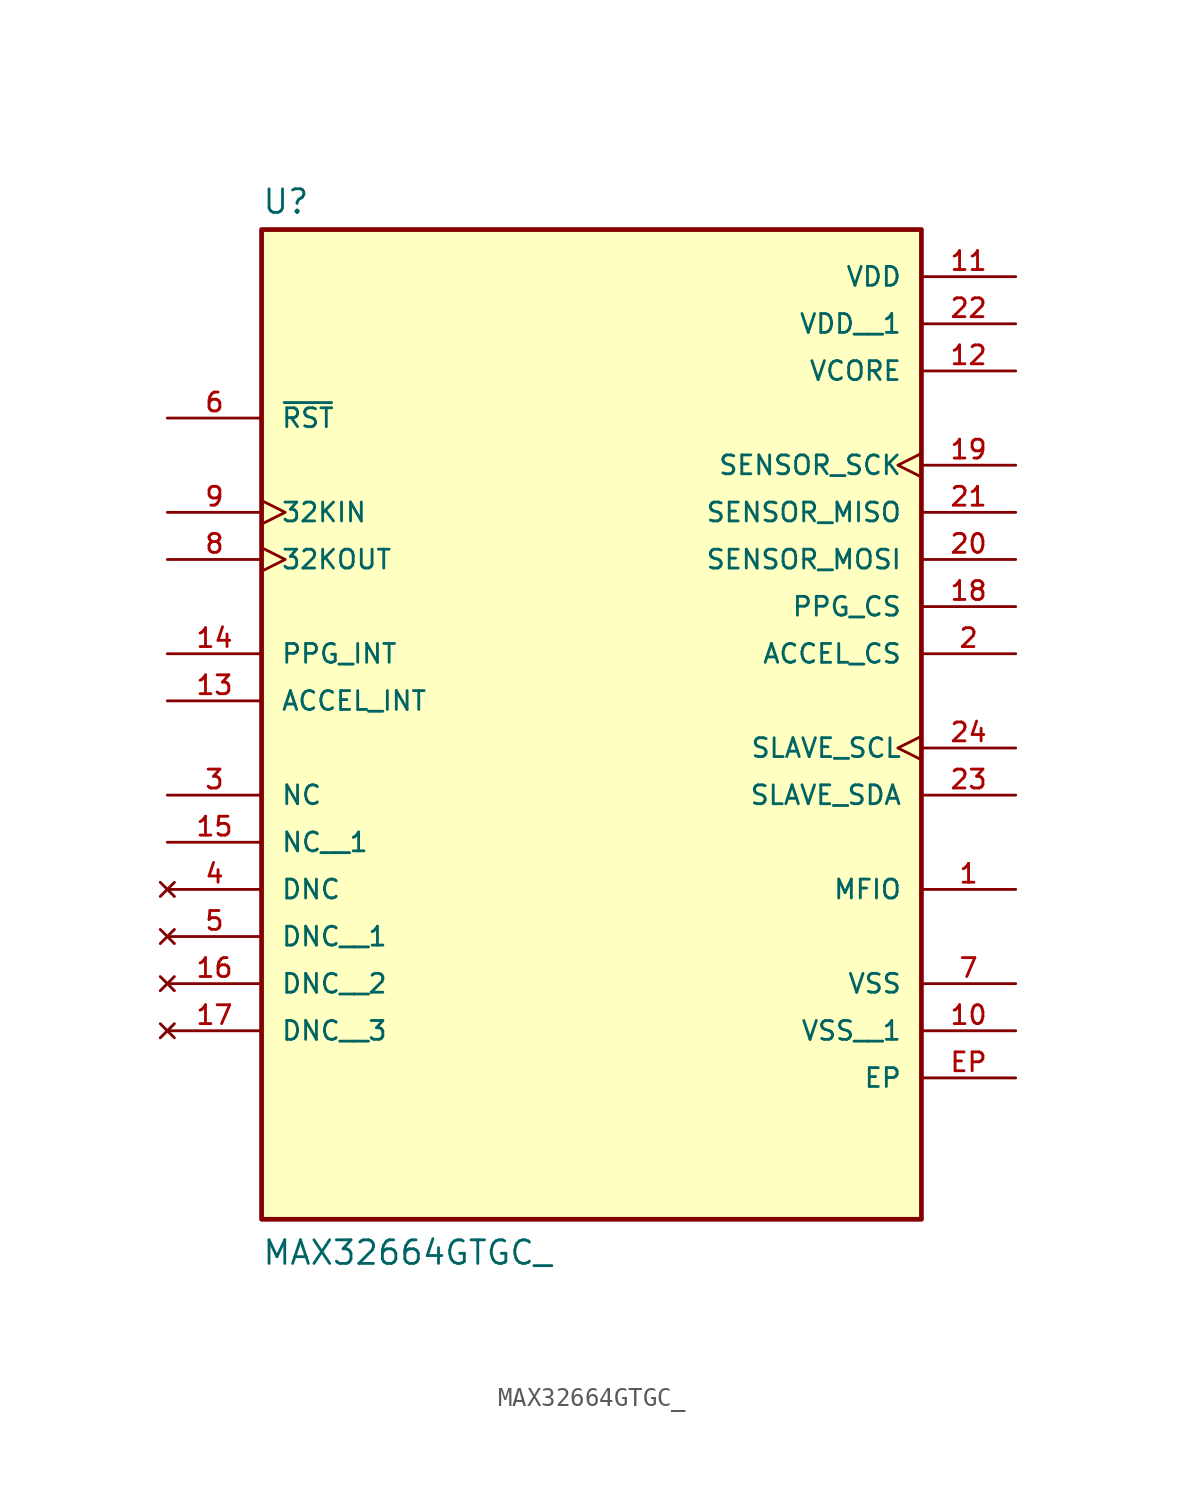
<source format=kicad_sym>
(kicad_symbol_lib
  (version 20211014)
  (generator kicad_symbol_editor)
  (symbol "MAX32664GTGC_"
    (pin_names
      (offset 1.016))
    (property "Reference" "U"
      (at -17.78 23.622 0)
      (effects (font (size 1.27 1.27)) (justify bottom left)))
    (property "Value" "MAX32664GTGC_"
      (at -17.78 -33.02 0)
      (effects (font (size 1.27 1.27)) (justify bottom left)))
    (symbol "MAX32664GTGC__0_0"
      (rectangle (start -17.78 -30.48) (end 17.78 22.86) (stroke (width 0.254)) (fill (type background)))
      (pin power_in line (at 22.86 20.32 180.0) (length 5.08) (name "VDD" (effects (font (size 1.016 1.016)))) (number "11" (effects (font (size 1.016 1.016)))))
      (pin power_in line (at 22.86 15.24 180.0) (length 5.08) (name "VCORE" (effects (font (size 1.016 1.016)))) (number "12" (effects (font (size 1.016 1.016)))))
      (pin power_in line (at 22.86 -17.78 180.0) (length 5.08) (name "VSS" (effects (font (size 1.016 1.016)))) (number "7" (effects (font (size 1.016 1.016)))))
      (pin power_in line (at 22.86 -22.86 180.0) (length 5.08) (name "EP" (effects (font (size 1.016 1.016)))) (number "EP" (effects (font (size 1.016 1.016)))))
      (pin input clock (at -22.86 7.62 0) (length 5.08) (name "32KIN" (effects (font (size 1.016 1.016)))) (number "9" (effects (font (size 1.016 1.016)))))
      (pin output clock (at -22.86 5.08 0) (length 5.08) (name "32KOUT" (effects (font (size 1.016 1.016)))) (number "8" (effects (font (size 1.016 1.016)))))
      (pin input line (at -22.86 12.7 0) (length 5.08) (name "~{RST}" (effects (font (size 1.016 1.016)))) (number "6" (effects (font (size 1.016 1.016)))))
      (pin input clock (at 22.86 10.16 180.0) (length 5.08) (name "SENSOR_SCK" (effects (font (size 1.016 1.016)))) (number "19" (effects (font (size 1.016 1.016)))))
      (pin output line (at 22.86 7.62 180.0) (length 5.08) (name "SENSOR_MISO" (effects (font (size 1.016 1.016)))) (number "21" (effects (font (size 1.016 1.016)))))
      (pin input line (at 22.86 5.08 180.0) (length 5.08) (name "SENSOR_MOSI" (effects (font (size 1.016 1.016)))) (number "20" (effects (font (size 1.016 1.016)))))
      (pin input line (at 22.86 0.0 180.0) (length 5.08) (name "ACCEL_CS" (effects (font (size 1.016 1.016)))) (number "2" (effects (font (size 1.016 1.016)))))
      (pin input clock (at 22.86 -5.08 180.0) (length 5.08) (name "SLAVE_SCL" (effects (font (size 1.016 1.016)))) (number "24" (effects (font (size 1.016 1.016)))))
      (pin bidirectional line (at 22.86 -7.62 180.0) (length 5.08) (name "SLAVE_SDA" (effects (font (size 1.016 1.016)))) (number "23" (effects (font (size 1.016 1.016)))))
      (pin input line (at -22.86 0.0 0) (length 5.08) (name "PPG_INT" (effects (font (size 1.016 1.016)))) (number "14" (effects (font (size 1.016 1.016)))))
      (pin input line (at -22.86 -2.54 0) (length 5.08) (name "ACCEL_INT" (effects (font (size 1.016 1.016)))) (number "13" (effects (font (size 1.016 1.016)))))
      (pin bidirectional line (at 22.86 -12.7 180.0) (length 5.08) (name "MFIO" (effects (font (size 1.016 1.016)))) (number "1" (effects (font (size 1.016 1.016)))))
      (pin no_connect line (at -22.86 -12.7 0) (length 5.08) (name "DNC" (effects (font (size 1.016 1.016)))) (number "4" (effects (font (size 1.016 1.016)))))
      (pin passive line (at -22.86 -7.62 0) (length 5.08) (name "NC" (effects (font (size 1.016 1.016)))) (number "3" (effects (font (size 1.016 1.016)))))
      (pin input line (at 22.86 2.54 180.0) (length 5.08) (name "PPG_CS" (effects (font (size 1.016 1.016)))) (number "18" (effects (font (size 1.016 1.016)))))
      (pin passive line (at -22.86 -10.16 0) (length 5.08) (name "NC__1" (effects (font (size 1.016 1.016)))) (number "15" (effects (font (size 1.016 1.016)))))
      (pin no_connect line (at -22.86 -15.24 0) (length 5.08) (name "DNC__1" (effects (font (size 1.016 1.016)))) (number "5" (effects (font (size 1.016 1.016)))))
      (pin no_connect line (at -22.86 -17.78 0) (length 5.08) (name "DNC__2" (effects (font (size 1.016 1.016)))) (number "16" (effects (font (size 1.016 1.016)))))
      (pin no_connect line (at -22.86 -20.32 0) (length 5.08) (name "DNC__3" (effects (font (size 1.016 1.016)))) (number "17" (effects (font (size 1.016 1.016)))))
      (pin power_in line (at 22.86 17.78 180.0) (length 5.08) (name "VDD__1" (effects (font (size 1.016 1.016)))) (number "22" (effects (font (size 1.016 1.016)))))
      (pin power_in line (at 22.86 -20.32 180.0) (length 5.08) (name "VSS__1" (effects (font (size 1.016 1.016)))) (number "10" (effects (font (size 1.016 1.016))))))))
</source>
